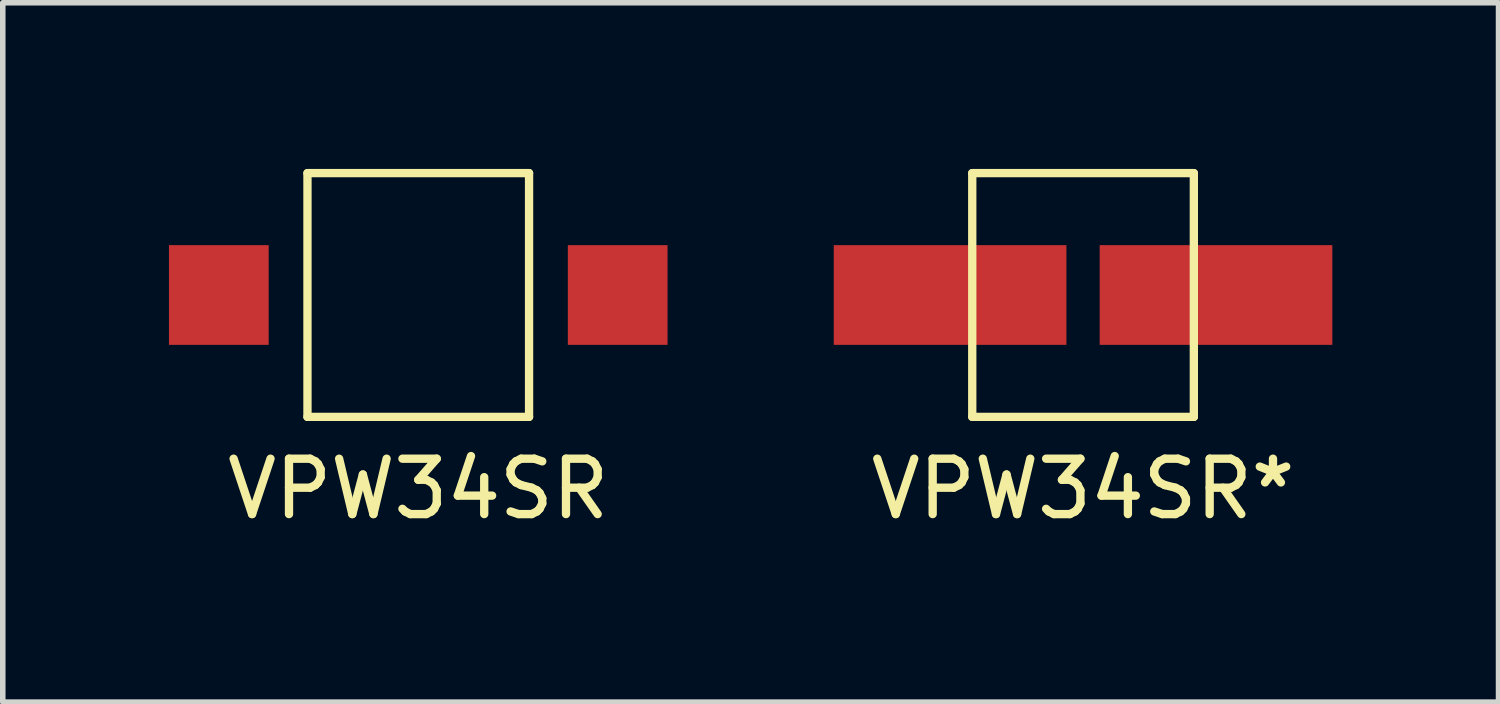
<source format=kicad_pcb>
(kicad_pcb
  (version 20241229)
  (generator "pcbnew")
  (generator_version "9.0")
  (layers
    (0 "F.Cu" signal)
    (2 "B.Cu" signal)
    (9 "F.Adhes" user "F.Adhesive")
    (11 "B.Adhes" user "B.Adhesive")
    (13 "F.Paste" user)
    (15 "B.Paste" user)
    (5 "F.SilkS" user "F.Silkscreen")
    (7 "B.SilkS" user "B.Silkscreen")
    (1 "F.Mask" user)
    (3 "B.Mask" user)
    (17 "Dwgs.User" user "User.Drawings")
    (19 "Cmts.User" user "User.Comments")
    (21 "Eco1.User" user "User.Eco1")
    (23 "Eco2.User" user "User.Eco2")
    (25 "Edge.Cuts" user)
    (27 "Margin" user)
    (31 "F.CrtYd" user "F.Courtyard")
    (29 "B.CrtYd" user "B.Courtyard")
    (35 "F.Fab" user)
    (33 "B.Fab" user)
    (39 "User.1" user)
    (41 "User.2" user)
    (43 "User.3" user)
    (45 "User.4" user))
  (footprint "VPW34SR*"
    (layer "F.Cu")
    (at 16.5 2.275)
    (property "Reference" "VPW34SR*" (at 0 3.5 0) (layer "F.SilkS") (effects (font (size 1 1) (thickness 0.15))))
    (attr through_hole)
    (fp_line (start -2 -2.2) (end -2 2.2) (stroke (width 0.15) (type solid)) (layer "F.SilkS"))
    (fp_line (start -2 -2.2) (end 2 -2.2) (stroke (width 0.15) (type solid)) (layer "F.SilkS"))
    (fp_line (start -2 2.2) (end 2 2.2) (stroke (width 0.15) (type solid)) (layer "F.SilkS"))
    (fp_line (start 2 -2.2) (end 2 2.2) (stroke (width 0.15) (type solid)) (layer "F.SilkS"))
    (pad "1" smd rect (at -2.4 0) (size 4.2 1.8) (layers "F.Cu" "F.Mask" "F.Paste"))
    (pad "2" smd rect (at 2.4 0) (size 4.2 1.8) (layers "F.Cu" "F.Mask" "F.Paste")))
  (footprint "VPW34SR"
    (layer "F.Cu")
    (at 4.5 2.275)
    (property "Reference" "VPW34SR" (at 0 3.5 0) (layer "F.SilkS") (effects (font (size 1 1) (thickness 0.15))))
    (attr through_hole)
    (fp_line (start -2 -2.2) (end -2 2.2) (stroke (width 0.15) (type solid)) (layer "F.SilkS"))
    (fp_line (start -2 -2.2) (end 2 -2.2) (stroke (width 0.15) (type solid)) (layer "F.SilkS"))
    (fp_line (start -2 2.2) (end 2 2.2) (stroke (width 0.15) (type solid)) (layer "F.SilkS"))
    (fp_line (start 2 -2.2) (end 2 2.2) (stroke (width 0.15) (type solid)) (layer "F.SilkS"))
    (pad "1" smd rect (at -3.6 0) (size 1.8 1.8) (layers "F.Cu" "F.Mask" "F.Paste"))
    (pad "2" smd rect (at 3.6 0) (size 1.8 1.8) (layers "F.Cu" "F.Mask" "F.Paste")))
  (gr_rect
    (start -3 -3)
    (end 24 9.623)
    (stroke (width 0.1) (type default))
    (fill no)
    (layer "Edge.Cuts")))
</source>
